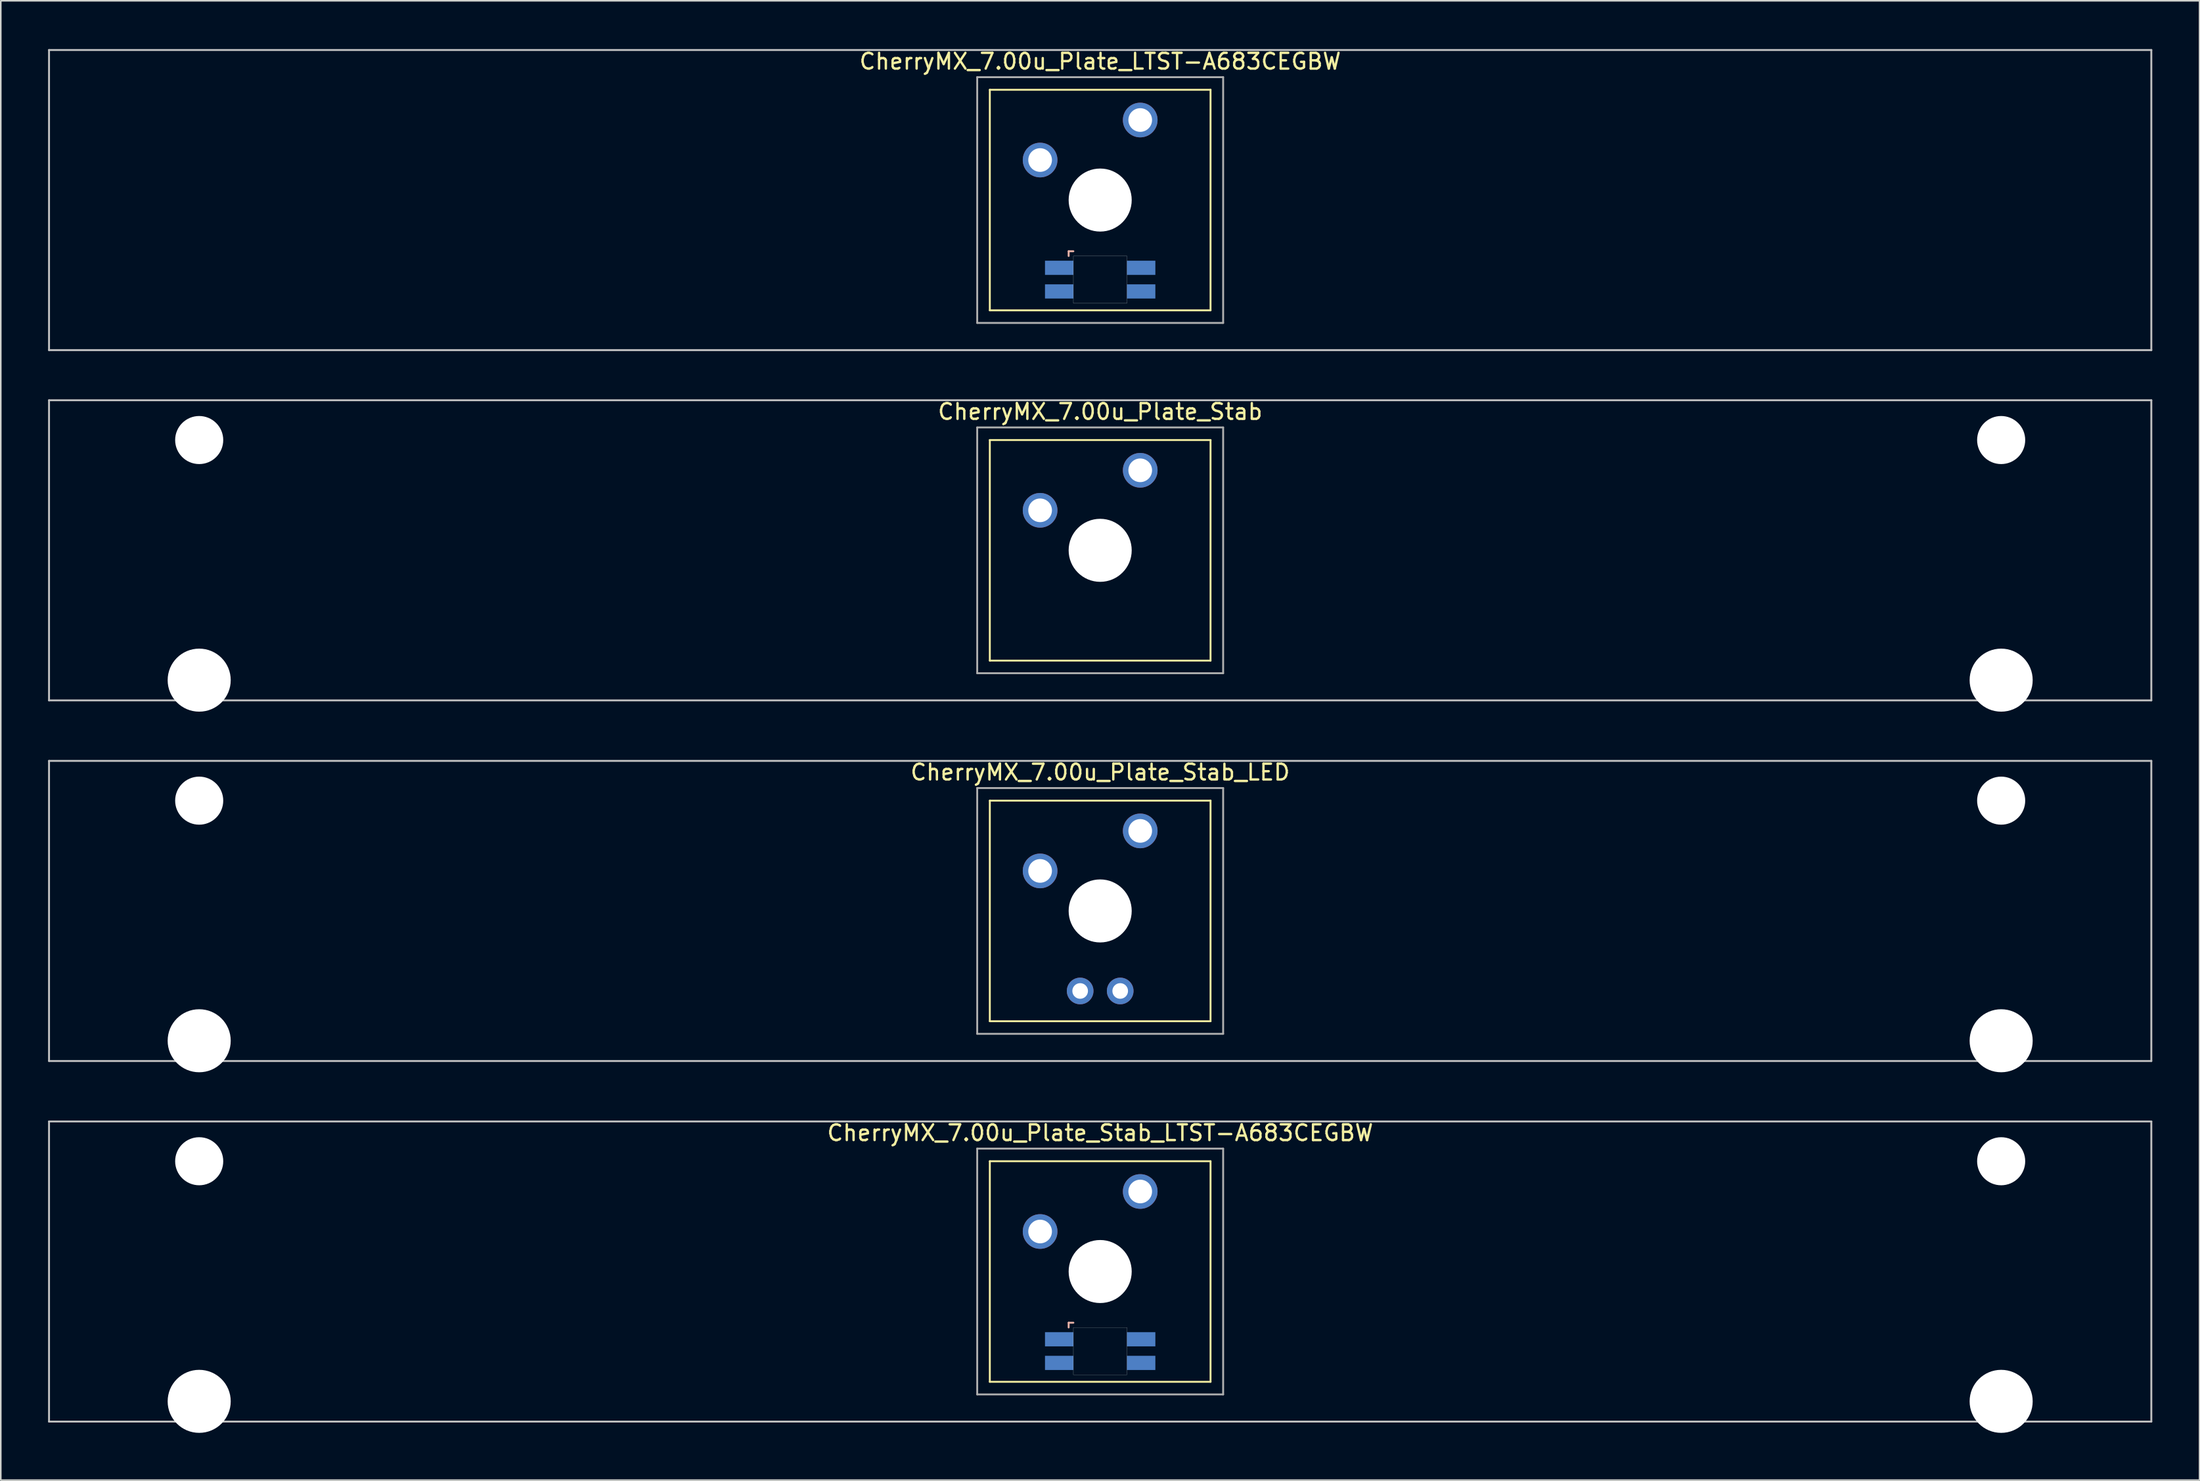
<source format=kicad_pcb>
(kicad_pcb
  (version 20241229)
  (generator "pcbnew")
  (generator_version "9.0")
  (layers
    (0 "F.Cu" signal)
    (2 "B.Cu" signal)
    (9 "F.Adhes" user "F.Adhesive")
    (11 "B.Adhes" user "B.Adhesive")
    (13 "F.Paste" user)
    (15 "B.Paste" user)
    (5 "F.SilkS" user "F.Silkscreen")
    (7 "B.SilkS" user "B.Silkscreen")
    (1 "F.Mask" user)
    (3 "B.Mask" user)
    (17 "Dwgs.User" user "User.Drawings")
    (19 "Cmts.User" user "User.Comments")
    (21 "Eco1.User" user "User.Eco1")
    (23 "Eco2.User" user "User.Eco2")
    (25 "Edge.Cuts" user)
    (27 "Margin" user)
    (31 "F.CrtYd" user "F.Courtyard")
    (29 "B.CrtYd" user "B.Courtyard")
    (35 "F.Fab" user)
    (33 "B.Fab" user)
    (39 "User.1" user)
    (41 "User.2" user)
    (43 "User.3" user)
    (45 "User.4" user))
  (footprint "CherryMX_7.00u_Plate_Stab_LED"
    (layer "F.Cu")
    (at 66.735 54.77)
    (property "Reference" "CherryMX_7.00u_Plate_Stab_LED" (at 0 -8.8 0) (layer "F.SilkS") (effects (font (size 1 1) (thickness 0.15))))
    (attr through_hole)
    (fp_line (start -7 -7) (end -7 7) (stroke (width 0.12) (type solid)) (layer "F.SilkS"))
    (fp_line (start -7 -7) (end 7 -7) (stroke (width 0.12) (type solid)) (layer "F.SilkS"))
    (fp_line (start 7 -7) (end 7 7) (stroke (width 0.12) (type solid)) (layer "F.SilkS"))
    (fp_line (start 7 7) (end -7 7) (stroke (width 0.12) (type solid)) (layer "F.SilkS"))
    (fp_line (start -66.675 -9.525) (end 66.675 -9.525) (stroke (width 0.12) (type solid)) (layer "Dwgs.User"))
    (fp_line (start -66.675 9.525) (end -66.675 -9.525) (stroke (width 0.12) (type solid)) (layer "Dwgs.User"))
    (fp_line (start 66.675 -9.525) (end 66.675 9.525) (stroke (width 0.12) (type solid)) (layer "Dwgs.User"))
    (fp_line (start 66.675 9.525) (end -66.675 9.525) (stroke (width 0.12) (type solid)) (layer "Dwgs.User"))
    (fp_line (start -7.8 -7.8) (end -7.8 7.8) (stroke (width 0.12) (type solid)) (layer "F.Fab"))
    (fp_line (start -7.8 -7.8) (end 7.8 -7.8) (stroke (width 0.12) (type solid)) (layer "F.Fab"))
    (fp_line (start -7.8 7.8) (end 7.8 7.8) (stroke (width 0.12) (type solid)) (layer "F.Fab"))
    (fp_line (start 7.8 -7.8) (end 7.8 7.8) (stroke (width 0.12) (type solid)) (layer "F.Fab"))
    (pad "" np_thru_hole circle (at -57.15 -7) (size 3.05 3.05) (drill 3.05) (layers "*.Cu" "*.Mask"))
    (pad "" np_thru_hole circle (at -57.15 8.24) (size 4 4) (drill 4) (layers "*.Cu" "*.Mask"))
    (pad "" np_thru_hole circle (at 0 0) (size 4 4) (drill 4) (layers "*.Cu" "*.Mask"))
    (pad "" np_thru_hole circle (at 57.15 -7) (size 3.05 3.05) (drill 3.05) (layers "*.Cu" "*.Mask"))
    (pad "" np_thru_hole circle (at 57.15 8.24) (size 4 4) (drill 4) (layers "*.Cu" "*.Mask"))
    (pad "1" thru_hole circle (at -3.81 -2.54) (size 2.2 2.2) (drill 1.5) (layers "*.Cu" "*.Mask"))
    (pad "2" thru_hole circle (at 2.54 -5.08) (size 2.2 2.2) (drill 1.5) (layers "*.Cu" "*.Mask"))
    (pad "3" thru_hole circle (at -1.27 5.08) (size 1.691 1.691) (drill 0.991) (layers "*.Cu" "*.Mask"))
    (pad "4" thru_hole circle (at 1.27 5.08) (size 1.691 1.691) (drill 0.991) (layers "*.Cu" "*.Mask")))
  (footprint "CherryMX_7.00u_Plate_LTST-A683CEGBW"
    (layer "F.Cu")
    (at 66.735 9.648)
    (property "Reference" "CherryMX_7.00u_Plate_LTST-A683CEGBW" (at 0 -8.8 0) (layer "F.SilkS") (effects (font (size 1 1) (thickness 0.15))))
    (attr through_hole)
    (fp_line (start -7 -7) (end -7 7) (stroke (width 0.12) (type solid)) (layer "F.SilkS"))
    (fp_line (start -7 -7) (end 7 -7) (stroke (width 0.12) (type solid)) (layer "F.SilkS"))
    (fp_line (start 7 -7) (end 7 7) (stroke (width 0.12) (type solid)) (layer "F.SilkS"))
    (fp_line (start 7 7) (end -7 7) (stroke (width 0.12) (type solid)) (layer "F.SilkS"))
    (fp_line (start -2 3.25) (end -2 3.55) (stroke (width 0.12) (type solid)) (layer "B.SilkS"))
    (fp_line (start -1.7 3.25) (end -2 3.25) (stroke (width 0.12) (type solid)) (layer "B.SilkS"))
    (fp_line (start -66.675 -9.525) (end 66.675 -9.525) (stroke (width 0.12) (type solid)) (layer "Dwgs.User"))
    (fp_line (start -66.675 9.525) (end -66.675 -9.525) (stroke (width 0.12) (type solid)) (layer "Dwgs.User"))
    (fp_line (start 66.675 -9.525) (end 66.675 9.525) (stroke (width 0.12) (type solid)) (layer "Dwgs.User"))
    (fp_line (start 66.675 9.525) (end -66.675 9.525) (stroke (width 0.12) (type solid)) (layer "Dwgs.User"))
    (fp_poly (pts (xy 1.7 6.55) (xy -1.7 6.55) (xy -1.7 3.55) (xy 1.7 3.55)) (stroke (width 0.01) (type solid)) (fill no) (layer "Edge.Cuts"))
    (fp_line (start -7.8 -7.8) (end -7.8 7.8) (stroke (width 0.12) (type solid)) (layer "F.Fab"))
    (fp_line (start -7.8 -7.8) (end 7.8 -7.8) (stroke (width 0.12) (type solid)) (layer "F.Fab"))
    (fp_line (start -7.8 7.8) (end 7.8 7.8) (stroke (width 0.12) (type solid)) (layer "F.Fab"))
    (fp_line (start 7.8 -7.8) (end 7.8 7.8) (stroke (width 0.12) (type solid)) (layer "F.Fab"))
    (pad "" np_thru_hole circle (at 0 0) (size 4 4) (drill 4) (layers "*.Cu" "*.Mask"))
    (pad "1" thru_hole circle (at -3.81 -2.54) (size 2.2 2.2) (drill 1.5) (layers "*.Cu" "*.Mask"))
    (pad "2" thru_hole circle (at 2.54 -5.08) (size 2.2 2.2) (drill 1.5) (layers "*.Cu" "*.Mask"))
    (pad "3" smd rect (at -2.6 4.3) (size 1.8 0.9) (layers "B.Cu" "B.Mask" "B.Paste"))
    (pad "4" smd rect (at -2.6 5.8) (size 1.8 0.9) (layers "B.Cu" "B.Mask" "B.Paste"))
    (pad "5" smd rect (at 2.6 4.3) (size 1.8 0.9) (layers "B.Cu" "B.Mask" "B.Paste"))
    (pad "6" smd rect (at 2.6 5.8) (size 1.8 0.9) (layers "B.Cu" "B.Mask" "B.Paste")))
  (footprint "CherryMX_7.00u_Plate_Stab_LTST-A683CEGBW"
    (layer "F.Cu")
    (at 66.735 77.658)
    (property "Reference" "CherryMX_7.00u_Plate_Stab_LTST-A683CEGBW" (at 0 -8.8 0) (layer "F.SilkS") (effects (font (size 1 1) (thickness 0.15))))
    (attr through_hole)
    (fp_line (start -7 -7) (end -7 7) (stroke (width 0.12) (type solid)) (layer "F.SilkS"))
    (fp_line (start -7 -7) (end 7 -7) (stroke (width 0.12) (type solid)) (layer "F.SilkS"))
    (fp_line (start 7 -7) (end 7 7) (stroke (width 0.12) (type solid)) (layer "F.SilkS"))
    (fp_line (start 7 7) (end -7 7) (stroke (width 0.12) (type solid)) (layer "F.SilkS"))
    (fp_line (start -2 3.25) (end -2 3.55) (stroke (width 0.12) (type solid)) (layer "B.SilkS"))
    (fp_line (start -1.7 3.25) (end -2 3.25) (stroke (width 0.12) (type solid)) (layer "B.SilkS"))
    (fp_line (start -66.675 -9.525) (end 66.675 -9.525) (stroke (width 0.12) (type solid)) (layer "Dwgs.User"))
    (fp_line (start -66.675 9.525) (end -66.675 -9.525) (stroke (width 0.12) (type solid)) (layer "Dwgs.User"))
    (fp_line (start 66.675 -9.525) (end 66.675 9.525) (stroke (width 0.12) (type solid)) (layer "Dwgs.User"))
    (fp_line (start 66.675 9.525) (end -66.675 9.525) (stroke (width 0.12) (type solid)) (layer "Dwgs.User"))
    (fp_poly (pts (xy 1.7 6.55) (xy -1.7 6.55) (xy -1.7 3.55) (xy 1.7 3.55)) (stroke (width 0.01) (type solid)) (fill no) (layer "Edge.Cuts"))
    (fp_line (start -7.8 -7.8) (end -7.8 7.8) (stroke (width 0.12) (type solid)) (layer "F.Fab"))
    (fp_line (start -7.8 -7.8) (end 7.8 -7.8) (stroke (width 0.12) (type solid)) (layer "F.Fab"))
    (fp_line (start -7.8 7.8) (end 7.8 7.8) (stroke (width 0.12) (type solid)) (layer "F.Fab"))
    (fp_line (start 7.8 -7.8) (end 7.8 7.8) (stroke (width 0.12) (type solid)) (layer "F.Fab"))
    (pad "" np_thru_hole circle (at -57.15 -7) (size 3.05 3.05) (drill 3.05) (layers "*.Cu" "*.Mask"))
    (pad "" np_thru_hole circle (at -57.15 8.24) (size 4 4) (drill 4) (layers "*.Cu" "*.Mask"))
    (pad "" np_thru_hole circle (at 0 0) (size 4 4) (drill 4) (layers "*.Cu" "*.Mask"))
    (pad "" np_thru_hole circle (at 57.15 -7) (size 3.05 3.05) (drill 3.05) (layers "*.Cu" "*.Mask"))
    (pad "" np_thru_hole circle (at 57.15 8.24) (size 4 4) (drill 4) (layers "*.Cu" "*.Mask"))
    (pad "1" thru_hole circle (at -3.81 -2.54) (size 2.2 2.2) (drill 1.5) (layers "*.Cu" "*.Mask"))
    (pad "2" thru_hole circle (at 2.54 -5.08) (size 2.2 2.2) (drill 1.5) (layers "*.Cu" "*.Mask"))
    (pad "3" smd rect (at -2.6 4.3) (size 1.8 0.9) (layers "B.Cu" "B.Mask" "B.Paste"))
    (pad "4" smd rect (at -2.6 5.8) (size 1.8 0.9) (layers "B.Cu" "B.Mask" "B.Paste"))
    (pad "5" smd rect (at 2.6 4.3) (size 1.8 0.9) (layers "B.Cu" "B.Mask" "B.Paste"))
    (pad "6" smd rect (at 2.6 5.8) (size 1.8 0.9) (layers "B.Cu" "B.Mask" "B.Paste")))
  (footprint "CherryMX_7.00u_Plate_Stab"
    (layer "F.Cu")
    (at 66.735 31.881)
    (property "Reference" "CherryMX_7.00u_Plate_Stab" (at 0 -8.8 0) (layer "F.SilkS") (effects (font (size 1 1) (thickness 0.15))))
    (attr through_hole)
    (fp_line (start -7 -7) (end -7 7) (stroke (width 0.12) (type solid)) (layer "F.SilkS"))
    (fp_line (start -7 -7) (end 7 -7) (stroke (width 0.12) (type solid)) (layer "F.SilkS"))
    (fp_line (start 7 -7) (end 7 7) (stroke (width 0.12) (type solid)) (layer "F.SilkS"))
    (fp_line (start 7 7) (end -7 7) (stroke (width 0.12) (type solid)) (layer "F.SilkS"))
    (fp_line (start -66.675 -9.525) (end 66.675 -9.525) (stroke (width 0.12) (type solid)) (layer "Dwgs.User"))
    (fp_line (start -66.675 9.525) (end -66.675 -9.525) (stroke (width 0.12) (type solid)) (layer "Dwgs.User"))
    (fp_line (start 66.675 -9.525) (end 66.675 9.525) (stroke (width 0.12) (type solid)) (layer "Dwgs.User"))
    (fp_line (start 66.675 9.525) (end -66.675 9.525) (stroke (width 0.12) (type solid)) (layer "Dwgs.User"))
    (fp_line (start -7.8 -7.8) (end -7.8 7.8) (stroke (width 0.12) (type solid)) (layer "F.Fab"))
    (fp_line (start -7.8 -7.8) (end 7.8 -7.8) (stroke (width 0.12) (type solid)) (layer "F.Fab"))
    (fp_line (start -7.8 7.8) (end 7.8 7.8) (stroke (width 0.12) (type solid)) (layer "F.Fab"))
    (fp_line (start 7.8 -7.8) (end 7.8 7.8) (stroke (width 0.12) (type solid)) (layer "F.Fab"))
    (pad "" np_thru_hole circle (at -57.15 -7) (size 3.05 3.05) (drill 3.05) (layers "*.Cu" "*.Mask"))
    (pad "" np_thru_hole circle (at -57.15 8.24) (size 4 4) (drill 4) (layers "*.Cu" "*.Mask"))
    (pad "" np_thru_hole circle (at 0 0) (size 4 4) (drill 4) (layers "*.Cu" "*.Mask"))
    (pad "" np_thru_hole circle (at 57.15 -7) (size 3.05 3.05) (drill 3.05) (layers "*.Cu" "*.Mask"))
    (pad "" np_thru_hole circle (at 57.15 8.24) (size 4 4) (drill 4) (layers "*.Cu" "*.Mask"))
    (pad "1" thru_hole circle (at -3.81 -2.54) (size 2.2 2.2) (drill 1.5) (layers "*.Cu" "*.Mask"))
    (pad "2" thru_hole circle (at 2.54 -5.08) (size 2.2 2.2) (drill 1.5) (layers "*.Cu" "*.Mask")))
  (gr_rect
    (start -3 -3)
    (end 136.47 90.898)
    (stroke (width 0.1) (type default))
    (fill no)
    (layer "Edge.Cuts")))
</source>
